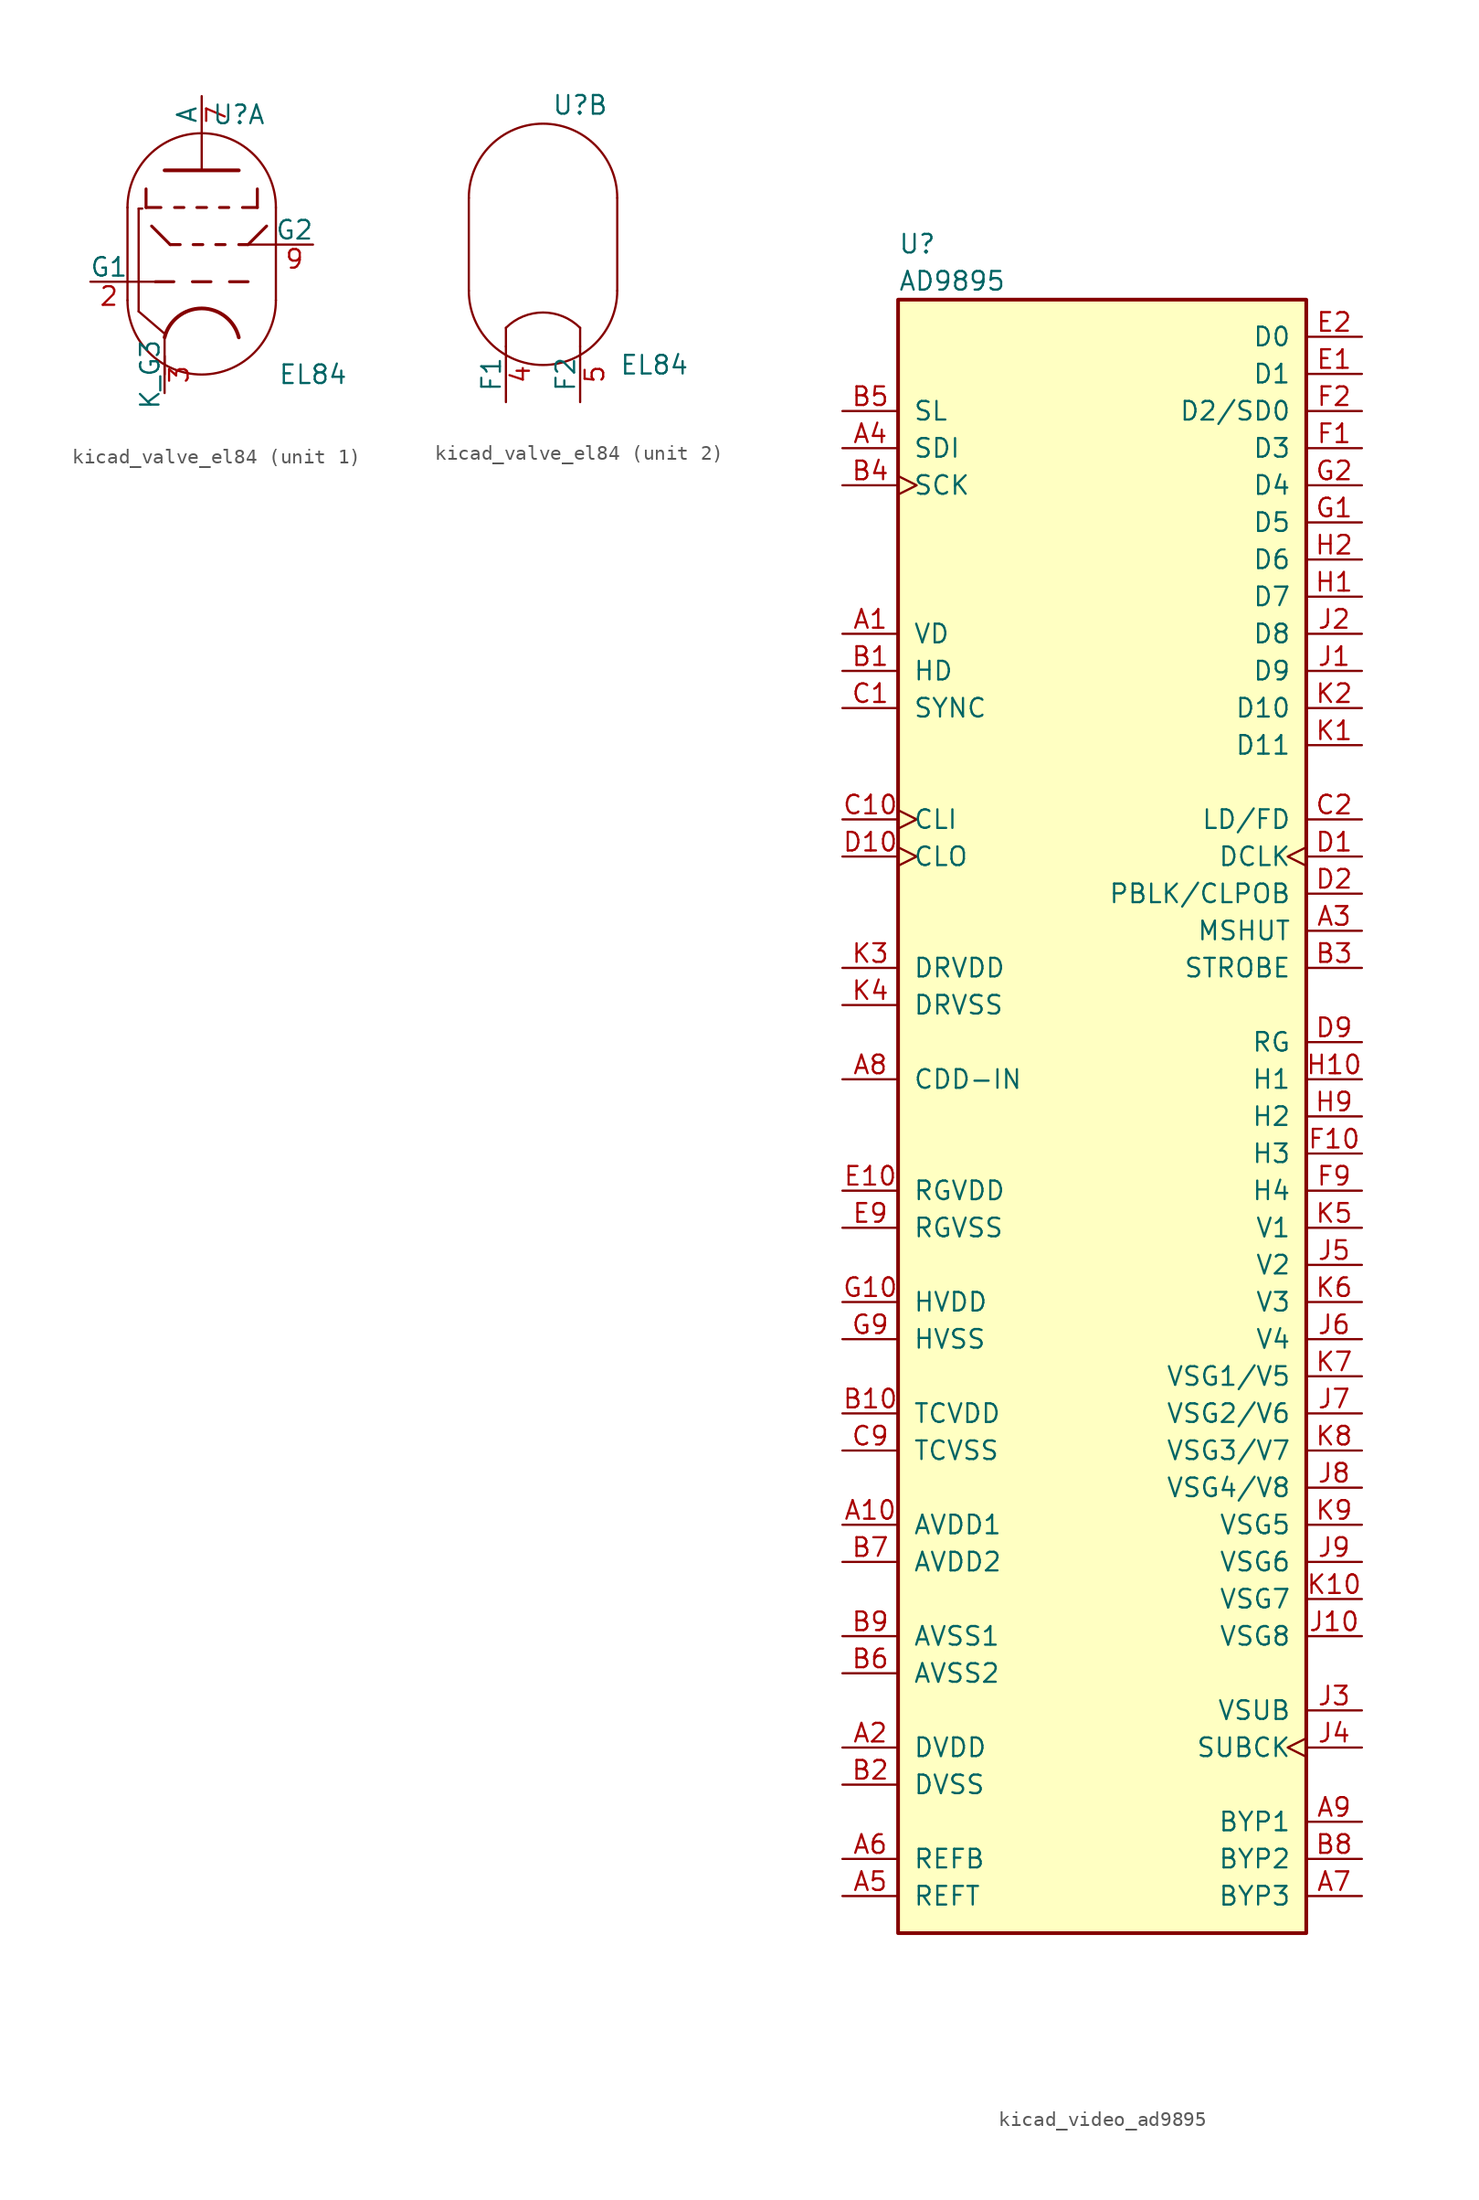
<source format=kicad_sym>
(kicad_symbol_lib
  (version 20220914)
  (generator kicad_symbol_editor)
  (symbol "kicad_valve_el84"
    (pin_names
      (offset 0))
    (property "Reference" "U"
      (at 2.54 10.16 0)
      (effects (font (size 1.27 1.27))))
    (property "Value" "EL84"
      (at 7.62 -7.62 0)
      (effects (font (size 1.27 1.27))))
    (property "ki_locked" ""
      (at 0 0 0)
      (effects (font (size 1.27 1.27))))
    (symbol "kicad_valve_el84_0_1"
      (arc (start -5.08 -2.54) (mid 0 -7.5979) (end 5.08 -2.54) (stroke (width 0) (type default)) (fill (type none)))
      (polyline (pts (xy -5.08 3.81) (xy -5.08 -2.54) (xy -5.08 -2.54)) (stroke (width 0) (type default)) (fill (type none)))
      (polyline (pts (xy 5.08 -2.54) (xy 5.08 3.81) (xy 5.08 3.81)) (stroke (width 0) (type default)) (fill (type none)))
      (arc (start 5.08 3.81) (mid 0 8.8679) (end -5.08 3.81) (stroke (width 0) (type default)) (fill (type none))))
    (symbol "kicad_valve_el84_1_0"
      (polyline (pts (xy -2.54 -5.08) (xy -2.54 -7.62)) (stroke (width 0) (type default)) (fill (type none))))
    (symbol "kicad_valve_el84_1_1"
      (polyline (pts (xy -5.08 -1.27) (xy -3.175 -1.27)) (stroke (width 0) (type default)) (fill (type none)))
      (polyline (pts (xy -4.318 -3.302) (xy -4.318 3.734)) (stroke (width 0) (type default)) (fill (type none)))
      (polyline (pts (xy -4.318 -3.302) (xy -2.54 -4.826)) (stroke (width 0) (type default)) (fill (type none)))
      (polyline (pts (xy -4.064 3.734) (xy -4.318 3.734)) (stroke (width 0) (type default)) (fill (type none)))
      (polyline (pts (xy -3.81 3.81) (xy -2.794 3.81)) (stroke (width 0.203) (type default)) (fill (type none)))
      (polyline (pts (xy -3.81 5.08) (xy -3.81 3.81)) (stroke (width 0.203) (type default)) (fill (type none)))
      (polyline (pts (xy -3.429 2.54) (xy -2.159 1.27)) (stroke (width 0.203) (type default)) (fill (type none)))
      (polyline (pts (xy -2.159 1.27) (xy -1.473 1.27)) (stroke (width 0.203) (type default)) (fill (type none)))
      (polyline (pts (xy -1.905 -1.27) (xy -3.175 -1.27)) (stroke (width 0.203) (type default)) (fill (type none)))
      (polyline (pts (xy -1.854 3.81) (xy -1.219 3.81)) (stroke (width 0.203) (type default)) (fill (type none)))
      (polyline (pts (xy -0.635 -1.27) (xy 0.635 -1.27)) (stroke (width 0.203) (type default)) (fill (type none)))
      (polyline (pts (xy -0.584 1.27) (xy 0.076 1.27)) (stroke (width 0.203) (type default)) (fill (type none)))
      (polyline (pts (xy -0.33 3.81) (xy 0.33 3.81)) (stroke (width 0.203) (type default)) (fill (type none)))
      (polyline (pts (xy 0 6.35) (xy 0 8.89)) (stroke (width 0) (type default)) (fill (type none)))
      (polyline (pts (xy 0.965 1.27) (xy 1.6 1.27)) (stroke (width 0.203) (type default)) (fill (type none)))
      (polyline (pts (xy 1.219 3.81) (xy 1.854 3.81)) (stroke (width 0.203) (type default)) (fill (type none)))
      (polyline (pts (xy 1.905 -1.27) (xy 3.175 -1.27)) (stroke (width 0.203) (type default)) (fill (type none)))
      (polyline (pts (xy 2.54 1.27) (xy 3.175 1.27)) (stroke (width 0.203) (type default)) (fill (type none)))
      (polyline (pts (xy 3.175 1.27) (xy 5.08 1.27)) (stroke (width 0) (type default)) (fill (type none)))
      (polyline (pts (xy 3.81 3.81) (xy 2.794 3.81)) (stroke (width 0.203) (type default)) (fill (type none)))
      (polyline (pts (xy 3.81 5.08) (xy 3.81 3.81)) (stroke (width 0.203) (type default)) (fill (type none)))
      (polyline (pts (xy 4.445 2.54) (xy 3.175 1.27)) (stroke (width 0.203) (type default)) (fill (type none)))
      (polyline (pts (xy -2.54 6.35) (xy 2.54 6.35) (xy 2.54 6.35)) (stroke (width 0.254) (type default)) (fill (type none)))
      (arc (start 2.54 -5.08) (mid 0 -3.0968) (end -2.54 -5.08) (stroke (width 0.254) (type default)) (fill (type none)))
      (pin input line (at -7.62 -1.27 0) (length 2.54) (name "G1" (effects (font (size 1.27 1.27)))) (number "2" (effects (font (size 1.27 1.27)))))
      (pin bidirectional line (at -2.54 -8.89 90) (length 2.54) (name "K_G3" (effects (font (size 1.27 1.27)))) (number "3" (effects (font (size 1.27 1.27)))))
      (pin output line (at 0 11.43 270) (length 2.54) (name "A" (effects (font (size 1.27 1.27)))) (number "7" (effects (font (size 1.27 1.27)))))
      (pin input line (at 7.62 1.27 180) (length 2.54) (name "G2" (effects (font (size 1.27 1.27)))) (number "9" (effects (font (size 1.27 1.27))))))
    (symbol "kicad_valve_el84_2_1"
      (polyline (pts (xy -2.54 -5.08) (xy -2.54 -6.35) (xy -2.54 -6.35)) (stroke (width 0) (type default)) (fill (type none)))
      (polyline (pts (xy 2.54 -6.35) (xy 2.54 -5.08) (xy 2.54 -5.08)) (stroke (width 0) (type default)) (fill (type none)))
      (arc (start 2.54 -5.08) (mid 0 -4.0279) (end -2.54 -5.08) (stroke (width 0) (type default)) (fill (type none)))
      (pin power_in line (at -2.54 -10.16 90) (length 3.81) (name "F1" (effects (font (size 1.27 1.27)))) (number "4" (effects (font (size 1.27 1.27)))))
      (pin power_in line (at 2.54 -10.16 90) (length 3.81) (name "F2" (effects (font (size 1.27 1.27)))) (number "5" (effects (font (size 1.27 1.27)))))))
  (symbol "kicad_video_ad9895"
    (pin_names
      (offset 1.016))
    (property "Reference" "U"
      (at -13.97 59.69 0)
      (effects (font (size 1.27 1.27)) (justify left)))
    (property "Value" "AD9895"
      (at -13.97 57.15 0)
      (effects (font (size 1.27 1.27)) (justify left)))
    (symbol "kicad_video_ad9895_0_1"
      (rectangle (start 13.97 -55.88) (end -13.97 55.88) (stroke (width 0.254) (type default)) (fill (type background))))
    (symbol "kicad_video_ad9895_1_1"
      (pin bidirectional line (at -17.78 33.02 0) (length 3.81) (name "VD" (effects (font (size 1.27 1.27)))) (number "A1" (effects (font (size 1.27 1.27)))))
      (pin power_in line (at -17.78 -27.94 0) (length 3.81) (name "AVDD1" (effects (font (size 1.27 1.27)))) (number "A10" (effects (font (size 1.27 1.27)))))
      (pin power_in line (at -17.78 -43.18 0) (length 3.81) (name "DVDD" (effects (font (size 1.27 1.27)))) (number "A2" (effects (font (size 1.27 1.27)))))
      (pin output line (at 17.78 12.7 180) (length 3.81) (name "MSHUT" (effects (font (size 1.27 1.27)))) (number "A3" (effects (font (size 1.27 1.27)))))
      (pin input line (at -17.78 45.72 0) (length 3.81) (name "SDI" (effects (font (size 1.27 1.27)))) (number "A4" (effects (font (size 1.27 1.27)))))
      (pin output line (at -17.78 -53.34 0) (length 3.81) (name "REFT" (effects (font (size 1.27 1.27)))) (number "A5" (effects (font (size 1.27 1.27)))))
      (pin output line (at -17.78 -50.8 0) (length 3.81) (name "REFB" (effects (font (size 1.27 1.27)))) (number "A6" (effects (font (size 1.27 1.27)))))
      (pin output line (at 17.78 -53.34 180) (length 3.81) (name "BYP3" (effects (font (size 1.27 1.27)))) (number "A7" (effects (font (size 1.27 1.27)))))
      (pin input line (at -17.78 2.54 0) (length 3.81) (name "CDD-IN" (effects (font (size 1.27 1.27)))) (number "A8" (effects (font (size 1.27 1.27)))))
      (pin output line (at 17.78 -48.26 180) (length 3.81) (name "BYP1" (effects (font (size 1.27 1.27)))) (number "A9" (effects (font (size 1.27 1.27)))))
      (pin bidirectional line (at -17.78 30.48 0) (length 3.81) (name "HD" (effects (font (size 1.27 1.27)))) (number "B1" (effects (font (size 1.27 1.27)))))
      (pin power_in line (at -17.78 -20.32 0) (length 3.81) (name "TCVDD" (effects (font (size 1.27 1.27)))) (number "B10" (effects (font (size 1.27 1.27)))))
      (pin power_in line (at -17.78 -45.72 0) (length 3.81) (name "DVSS" (effects (font (size 1.27 1.27)))) (number "B2" (effects (font (size 1.27 1.27)))))
      (pin output line (at 17.78 10.16 180) (length 3.81) (name "STROBE" (effects (font (size 1.27 1.27)))) (number "B3" (effects (font (size 1.27 1.27)))))
      (pin input clock (at -17.78 43.18 0) (length 3.81) (name "SCK" (effects (font (size 1.27 1.27)))) (number "B4" (effects (font (size 1.27 1.27)))))
      (pin input line (at -17.78 48.26 0) (length 3.81) (name "SL" (effects (font (size 1.27 1.27)))) (number "B5" (effects (font (size 1.27 1.27)))))
      (pin power_in line (at -17.78 -38.1 0) (length 3.81) (name "AVSS2" (effects (font (size 1.27 1.27)))) (number "B6" (effects (font (size 1.27 1.27)))))
      (pin power_in line (at -17.78 -30.48 0) (length 3.81) (name "AVDD2" (effects (font (size 1.27 1.27)))) (number "B7" (effects (font (size 1.27 1.27)))))
      (pin output line (at 17.78 -50.8 180) (length 3.81) (name "BYP2" (effects (font (size 1.27 1.27)))) (number "B8" (effects (font (size 1.27 1.27)))))
      (pin power_in line (at -17.78 -35.56 0) (length 3.81) (name "AVSS1" (effects (font (size 1.27 1.27)))) (number "B9" (effects (font (size 1.27 1.27)))))
      (pin input line (at -17.78 27.94 0) (length 3.81) (name "SYNC" (effects (font (size 1.27 1.27)))) (number "C1" (effects (font (size 1.27 1.27)))))
      (pin input clock (at -17.78 20.32 0) (length 3.81) (name "CLI" (effects (font (size 1.27 1.27)))) (number "C10" (effects (font (size 1.27 1.27)))))
      (pin output line (at 17.78 20.32 180) (length 3.81) (name "LD/FD" (effects (font (size 1.27 1.27)))) (number "C2" (effects (font (size 1.27 1.27)))))
      (pin power_in line (at -17.78 -22.86 0) (length 3.81) (name "TCVSS" (effects (font (size 1.27 1.27)))) (number "C9" (effects (font (size 1.27 1.27)))))
      (pin output clock (at 17.78 17.78 180) (length 3.81) (name "DCLK" (effects (font (size 1.27 1.27)))) (number "D1" (effects (font (size 1.27 1.27)))))
      (pin output clock (at -17.78 17.78 0) (length 3.81) (name "CLO" (effects (font (size 1.27 1.27)))) (number "D10" (effects (font (size 1.27 1.27)))))
      (pin output line (at 17.78 15.24 180) (length 3.81) (name "PBLK/CLPOB" (effects (font (size 1.27 1.27)))) (number "D2" (effects (font (size 1.27 1.27)))))
      (pin output line (at 17.78 5.08 180) (length 3.81) (name "RG" (effects (font (size 1.27 1.27)))) (number "D9" (effects (font (size 1.27 1.27)))))
      (pin output line (at 17.78 50.8 180) (length 3.81) (name "D1" (effects (font (size 1.27 1.27)))) (number "E1" (effects (font (size 1.27 1.27)))))
      (pin power_in line (at -17.78 -5.08 0) (length 3.81) (name "RGVDD" (effects (font (size 1.27 1.27)))) (number "E10" (effects (font (size 1.27 1.27)))))
      (pin output line (at 17.78 53.34 180) (length 3.81) (name "D0" (effects (font (size 1.27 1.27)))) (number "E2" (effects (font (size 1.27 1.27)))))
      (pin power_in line (at -17.78 -7.62 0) (length 3.81) (name "RGVSS" (effects (font (size 1.27 1.27)))) (number "E9" (effects (font (size 1.27 1.27)))))
      (pin output line (at 17.78 45.72 180) (length 3.81) (name "D3" (effects (font (size 1.27 1.27)))) (number "F1" (effects (font (size 1.27 1.27)))))
      (pin output line (at 17.78 -2.54 180) (length 3.81) (name "H3" (effects (font (size 1.27 1.27)))) (number "F10" (effects (font (size 1.27 1.27)))))
      (pin output line (at 17.78 48.26 180) (length 3.81) (name "D2/SD0" (effects (font (size 1.27 1.27)))) (number "F2" (effects (font (size 1.27 1.27)))))
      (pin output line (at 17.78 -5.08 180) (length 3.81) (name "H4" (effects (font (size 1.27 1.27)))) (number "F9" (effects (font (size 1.27 1.27)))))
      (pin output line (at 17.78 40.64 180) (length 3.81) (name "D5" (effects (font (size 1.27 1.27)))) (number "G1" (effects (font (size 1.27 1.27)))))
      (pin power_in line (at -17.78 -12.7 0) (length 3.81) (name "HVDD" (effects (font (size 1.27 1.27)))) (number "G10" (effects (font (size 1.27 1.27)))))
      (pin output line (at 17.78 43.18 180) (length 3.81) (name "D4" (effects (font (size 1.27 1.27)))) (number "G2" (effects (font (size 1.27 1.27)))))
      (pin power_in line (at -17.78 -15.24 0) (length 3.81) (name "HVSS" (effects (font (size 1.27 1.27)))) (number "G9" (effects (font (size 1.27 1.27)))))
      (pin output line (at 17.78 35.56 180) (length 3.81) (name "D7" (effects (font (size 1.27 1.27)))) (number "H1" (effects (font (size 1.27 1.27)))))
      (pin output line (at 17.78 2.54 180) (length 3.81) (name "H1" (effects (font (size 1.27 1.27)))) (number "H10" (effects (font (size 1.27 1.27)))))
      (pin output line (at 17.78 38.1 180) (length 3.81) (name "D6" (effects (font (size 1.27 1.27)))) (number "H2" (effects (font (size 1.27 1.27)))))
      (pin output line (at 17.78 0 180) (length 3.81) (name "H2" (effects (font (size 1.27 1.27)))) (number "H9" (effects (font (size 1.27 1.27)))))
      (pin output line (at 17.78 30.48 180) (length 3.81) (name "D9" (effects (font (size 1.27 1.27)))) (number "J1" (effects (font (size 1.27 1.27)))))
      (pin output line (at 17.78 -35.56 180) (length 3.81) (name "VSG8" (effects (font (size 1.27 1.27)))) (number "J10" (effects (font (size 1.27 1.27)))))
      (pin output line (at 17.78 33.02 180) (length 3.81) (name "D8" (effects (font (size 1.27 1.27)))) (number "J2" (effects (font (size 1.27 1.27)))))
      (pin output line (at 17.78 -40.64 180) (length 3.81) (name "VSUB" (effects (font (size 1.27 1.27)))) (number "J3" (effects (font (size 1.27 1.27)))))
      (pin output clock (at 17.78 -43.18 180) (length 3.81) (name "SUBCK" (effects (font (size 1.27 1.27)))) (number "J4" (effects (font (size 1.27 1.27)))))
      (pin output line (at 17.78 -10.16 180) (length 3.81) (name "V2" (effects (font (size 1.27 1.27)))) (number "J5" (effects (font (size 1.27 1.27)))))
      (pin output line (at 17.78 -15.24 180) (length 3.81) (name "V4" (effects (font (size 1.27 1.27)))) (number "J6" (effects (font (size 1.27 1.27)))))
      (pin output line (at 17.78 -20.32 180) (length 3.81) (name "VSG2/V6" (effects (font (size 1.27 1.27)))) (number "J7" (effects (font (size 1.27 1.27)))))
      (pin output line (at 17.78 -25.4 180) (length 3.81) (name "VSG4/V8" (effects (font (size 1.27 1.27)))) (number "J8" (effects (font (size 1.27 1.27)))))
      (pin output line (at 17.78 -30.48 180) (length 3.81) (name "VSG6" (effects (font (size 1.27 1.27)))) (number "J9" (effects (font (size 1.27 1.27)))))
      (pin input line (at 17.78 25.4 180) (length 3.81) (name "D11" (effects (font (size 1.27 1.27)))) (number "K1" (effects (font (size 1.27 1.27)))))
      (pin output line (at 17.78 -33.02 180) (length 3.81) (name "VSG7" (effects (font (size 1.27 1.27)))) (number "K10" (effects (font (size 1.27 1.27)))))
      (pin output line (at 17.78 27.94 180) (length 3.81) (name "D10" (effects (font (size 1.27 1.27)))) (number "K2" (effects (font (size 1.27 1.27)))))
      (pin power_out line (at -17.78 10.16 0) (length 3.81) (name "DRVDD" (effects (font (size 1.27 1.27)))) (number "K3" (effects (font (size 1.27 1.27)))))
      (pin power_out line (at -17.78 7.62 0) (length 3.81) (name "DRVSS" (effects (font (size 1.27 1.27)))) (number "K4" (effects (font (size 1.27 1.27)))))
      (pin output line (at 17.78 -7.62 180) (length 3.81) (name "V1" (effects (font (size 1.27 1.27)))) (number "K5" (effects (font (size 1.27 1.27)))))
      (pin output line (at 17.78 -12.7 180) (length 3.81) (name "V3" (effects (font (size 1.27 1.27)))) (number "K6" (effects (font (size 1.27 1.27)))))
      (pin output line (at 17.78 -17.78 180) (length 3.81) (name "VSG1/V5" (effects (font (size 1.27 1.27)))) (number "K7" (effects (font (size 1.27 1.27)))))
      (pin output line (at 17.78 -22.86 180) (length 3.81) (name "VSG3/V7" (effects (font (size 1.27 1.27)))) (number "K8" (effects (font (size 1.27 1.27)))))
      (pin output line (at 17.78 -27.94 180) (length 3.81) (name "VSG5" (effects (font (size 1.27 1.27)))) (number "K9" (effects (font (size 1.27 1.27))))))))
</source>
